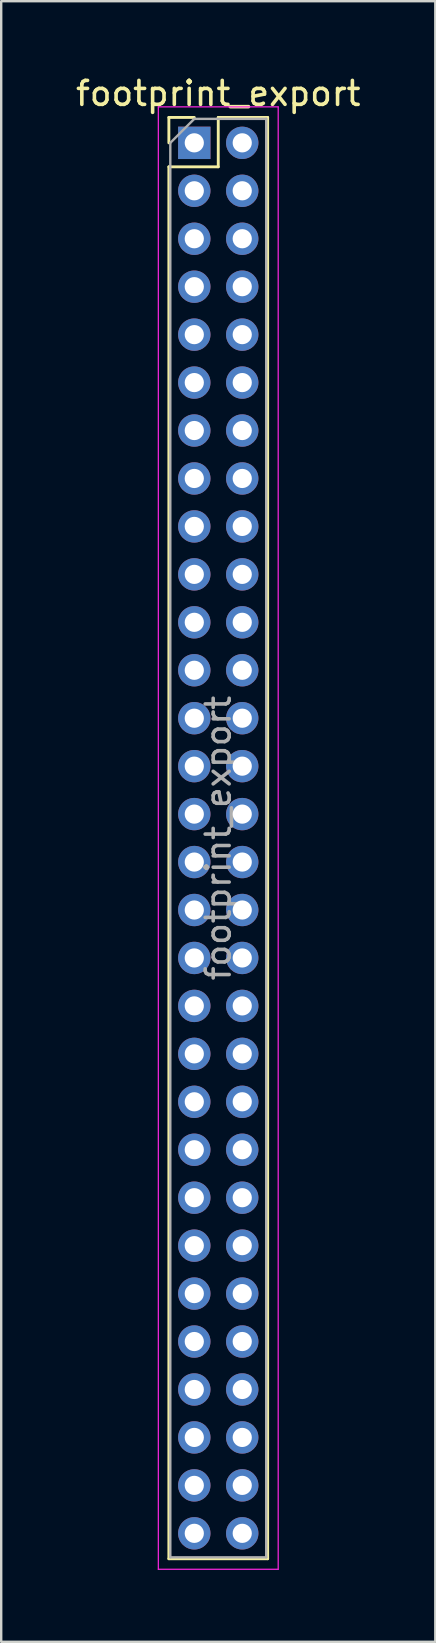
<source format=kicad_pcb>
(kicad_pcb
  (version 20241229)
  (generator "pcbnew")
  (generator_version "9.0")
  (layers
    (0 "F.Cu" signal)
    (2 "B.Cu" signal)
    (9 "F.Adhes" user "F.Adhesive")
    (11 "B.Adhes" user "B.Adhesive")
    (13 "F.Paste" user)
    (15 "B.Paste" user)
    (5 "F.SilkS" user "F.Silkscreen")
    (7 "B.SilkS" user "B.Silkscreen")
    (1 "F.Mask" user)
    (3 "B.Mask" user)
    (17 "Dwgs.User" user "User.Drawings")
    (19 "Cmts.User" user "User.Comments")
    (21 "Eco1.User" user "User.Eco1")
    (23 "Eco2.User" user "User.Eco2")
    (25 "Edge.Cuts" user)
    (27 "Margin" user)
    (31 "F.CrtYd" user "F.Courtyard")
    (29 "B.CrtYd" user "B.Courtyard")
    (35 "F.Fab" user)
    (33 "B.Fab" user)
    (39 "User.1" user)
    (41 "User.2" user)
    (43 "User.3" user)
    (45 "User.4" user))
  (footprint "footprint_export"
    (layer "F.Cu")
    (at 5.054 2.908)
    (property "Reference" "footprint_export" (at 1 -2.06 0) (layer "F.SilkS") (effects (font (size 1 1) (thickness 0.15))))
    (attr through_hole)
    (fp_line (start -1.06 -1.06) (end 0 -1.06) (stroke (width 0.12) (type solid)) (layer "F.SilkS"))
    (fp_line (start -1.06 0) (end -1.06 -1.06) (stroke (width 0.12) (type solid)) (layer "F.SilkS"))
    (fp_line (start -1.06 1) (end -1.06 59.06) (stroke (width 0.12) (type solid)) (layer "F.SilkS"))
    (fp_line (start -1.06 1) (end 1 1) (stroke (width 0.12) (type solid)) (layer "F.SilkS"))
    (fp_line (start -1.06 59.06) (end 3.06 59.06) (stroke (width 0.12) (type solid)) (layer "F.SilkS"))
    (fp_line (start 1 -1.06) (end 3.06 -1.06) (stroke (width 0.12) (type solid)) (layer "F.SilkS"))
    (fp_line (start 1 1) (end 1 -1.06) (stroke (width 0.12) (type solid)) (layer "F.SilkS"))
    (fp_line (start 3.06 -1.06) (end 3.06 59.06) (stroke (width 0.12) (type solid)) (layer "F.SilkS"))
    (fp_line (start -1.5 -1.5) (end -1.5 59.5) (stroke (width 0.05) (type solid)) (layer "F.CrtYd"))
    (fp_line (start -1.5 59.5) (end 3.5 59.5) (stroke (width 0.05) (type solid)) (layer "F.CrtYd"))
    (fp_line (start 3.5 -1.5) (end -1.5 -1.5) (stroke (width 0.05) (type solid)) (layer "F.CrtYd"))
    (fp_line (start 3.5 59.5) (end 3.5 -1.5) (stroke (width 0.05) (type solid)) (layer "F.CrtYd"))
    (fp_line (start -1 0) (end 0 -1) (stroke (width 0.1) (type solid)) (layer "F.Fab"))
    (fp_line (start -1 59) (end -1 0) (stroke (width 0.1) (type solid)) (layer "F.Fab"))
    (fp_line (start 0 -1) (end 3 -1) (stroke (width 0.1) (type solid)) (layer "F.Fab"))
    (fp_line (start 3 -1) (end 3 59) (stroke (width 0.1) (type solid)) (layer "F.Fab"))
    (fp_line (start 3 59) (end -1 59) (stroke (width 0.1) (type solid)) (layer "F.Fab"))
    (fp_text user "${REFERENCE}" (at 1 29 90) (layer "F.Fab") (effects (font (size 1 1) (thickness 0.15))))
    (pad "1" thru_hole rect (at 0 0) (size 1.35 1.35) (drill 0.8) (layers "*.Cu" "*.Mask"))
    (pad "2" thru_hole oval (at 2 0) (size 1.35 1.35) (drill 0.8) (layers "*.Cu" "*.Mask"))
    (pad "3" thru_hole oval (at 0 2) (size 1.35 1.35) (drill 0.8) (layers "*.Cu" "*.Mask"))
    (pad "4" thru_hole oval (at 2 2) (size 1.35 1.35) (drill 0.8) (layers "*.Cu" "*.Mask"))
    (pad "5" thru_hole oval (at 0 4) (size 1.35 1.35) (drill 0.8) (layers "*.Cu" "*.Mask"))
    (pad "6" thru_hole oval (at 2 4) (size 1.35 1.35) (drill 0.8) (layers "*.Cu" "*.Mask"))
    (pad "7" thru_hole oval (at 0 6) (size 1.35 1.35) (drill 0.8) (layers "*.Cu" "*.Mask"))
    (pad "8" thru_hole oval (at 2 6) (size 1.35 1.35) (drill 0.8) (layers "*.Cu" "*.Mask"))
    (pad "9" thru_hole oval (at 0 8) (size 1.35 1.35) (drill 0.8) (layers "*.Cu" "*.Mask"))
    (pad "10" thru_hole oval (at 2 8) (size 1.35 1.35) (drill 0.8) (layers "*.Cu" "*.Mask"))
    (pad "11" thru_hole oval (at 0 10) (size 1.35 1.35) (drill 0.8) (layers "*.Cu" "*.Mask"))
    (pad "12" thru_hole oval (at 2 10) (size 1.35 1.35) (drill 0.8) (layers "*.Cu" "*.Mask"))
    (pad "13" thru_hole oval (at 0 12) (size 1.35 1.35) (drill 0.8) (layers "*.Cu" "*.Mask"))
    (pad "14" thru_hole oval (at 2 12) (size 1.35 1.35) (drill 0.8) (layers "*.Cu" "*.Mask"))
    (pad "15" thru_hole oval (at 0 14) (size 1.35 1.35) (drill 0.8) (layers "*.Cu" "*.Mask"))
    (pad "16" thru_hole oval (at 2 14) (size 1.35 1.35) (drill 0.8) (layers "*.Cu" "*.Mask"))
    (pad "17" thru_hole oval (at 0 16) (size 1.35 1.35) (drill 0.8) (layers "*.Cu" "*.Mask"))
    (pad "18" thru_hole oval (at 2 16) (size 1.35 1.35) (drill 0.8) (layers "*.Cu" "*.Mask"))
    (pad "19" thru_hole oval (at 0 18) (size 1.35 1.35) (drill 0.8) (layers "*.Cu" "*.Mask"))
    (pad "20" thru_hole oval (at 2 18) (size 1.35 1.35) (drill 0.8) (layers "*.Cu" "*.Mask"))
    (pad "21" thru_hole oval (at 0 20) (size 1.35 1.35) (drill 0.8) (layers "*.Cu" "*.Mask"))
    (pad "22" thru_hole oval (at 2 20) (size 1.35 1.35) (drill 0.8) (layers "*.Cu" "*.Mask"))
    (pad "23" thru_hole oval (at 0 22) (size 1.35 1.35) (drill 0.8) (layers "*.Cu" "*.Mask"))
    (pad "24" thru_hole oval (at 2 22) (size 1.35 1.35) (drill 0.8) (layers "*.Cu" "*.Mask"))
    (pad "25" thru_hole oval (at 0 24) (size 1.35 1.35) (drill 0.8) (layers "*.Cu" "*.Mask"))
    (pad "26" thru_hole oval (at 2 24) (size 1.35 1.35) (drill 0.8) (layers "*.Cu" "*.Mask"))
    (pad "27" thru_hole oval (at 0 26) (size 1.35 1.35) (drill 0.8) (layers "*.Cu" "*.Mask"))
    (pad "28" thru_hole oval (at 2 26) (size 1.35 1.35) (drill 0.8) (layers "*.Cu" "*.Mask"))
    (pad "29" thru_hole oval (at 0 28) (size 1.35 1.35) (drill 0.8) (layers "*.Cu" "*.Mask"))
    (pad "30" thru_hole oval (at 2 28) (size 1.35 1.35) (drill 0.8) (layers "*.Cu" "*.Mask"))
    (pad "31" thru_hole oval (at 0 30) (size 1.35 1.35) (drill 0.8) (layers "*.Cu" "*.Mask"))
    (pad "32" thru_hole oval (at 2 30) (size 1.35 1.35) (drill 0.8) (layers "*.Cu" "*.Mask"))
    (pad "33" thru_hole oval (at 0 32) (size 1.35 1.35) (drill 0.8) (layers "*.Cu" "*.Mask"))
    (pad "34" thru_hole oval (at 2 32) (size 1.35 1.35) (drill 0.8) (layers "*.Cu" "*.Mask"))
    (pad "35" thru_hole oval (at 0 34) (size 1.35 1.35) (drill 0.8) (layers "*.Cu" "*.Mask"))
    (pad "36" thru_hole oval (at 2 34) (size 1.35 1.35) (drill 0.8) (layers "*.Cu" "*.Mask"))
    (pad "37" thru_hole oval (at 0 36) (size 1.35 1.35) (drill 0.8) (layers "*.Cu" "*.Mask"))
    (pad "38" thru_hole oval (at 2 36) (size 1.35 1.35) (drill 0.8) (layers "*.Cu" "*.Mask"))
    (pad "39" thru_hole oval (at 0 38) (size 1.35 1.35) (drill 0.8) (layers "*.Cu" "*.Mask"))
    (pad "40" thru_hole oval (at 2 38) (size 1.35 1.35) (drill 0.8) (layers "*.Cu" "*.Mask"))
    (pad "41" thru_hole oval (at 0 40) (size 1.35 1.35) (drill 0.8) (layers "*.Cu" "*.Mask"))
    (pad "42" thru_hole oval (at 2 40) (size 1.35 1.35) (drill 0.8) (layers "*.Cu" "*.Mask"))
    (pad "43" thru_hole oval (at 0 42) (size 1.35 1.35) (drill 0.8) (layers "*.Cu" "*.Mask"))
    (pad "44" thru_hole oval (at 2 42) (size 1.35 1.35) (drill 0.8) (layers "*.Cu" "*.Mask"))
    (pad "45" thru_hole oval (at 0 44) (size 1.35 1.35) (drill 0.8) (layers "*.Cu" "*.Mask"))
    (pad "46" thru_hole oval (at 2 44) (size 1.35 1.35) (drill 0.8) (layers "*.Cu" "*.Mask"))
    (pad "47" thru_hole oval (at 0 46) (size 1.35 1.35) (drill 0.8) (layers "*.Cu" "*.Mask"))
    (pad "48" thru_hole oval (at 2 46) (size 1.35 1.35) (drill 0.8) (layers "*.Cu" "*.Mask"))
    (pad "49" thru_hole oval (at 0 48) (size 1.35 1.35) (drill 0.8) (layers "*.Cu" "*.Mask"))
    (pad "50" thru_hole oval (at 2 48) (size 1.35 1.35) (drill 0.8) (layers "*.Cu" "*.Mask"))
    (pad "51" thru_hole oval (at 0 50) (size 1.35 1.35) (drill 0.8) (layers "*.Cu" "*.Mask"))
    (pad "52" thru_hole oval (at 2 50) (size 1.35 1.35) (drill 0.8) (layers "*.Cu" "*.Mask"))
    (pad "53" thru_hole oval (at 0 52) (size 1.35 1.35) (drill 0.8) (layers "*.Cu" "*.Mask"))
    (pad "54" thru_hole oval (at 2 52) (size 1.35 1.35) (drill 0.8) (layers "*.Cu" "*.Mask"))
    (pad "55" thru_hole oval (at 0 54) (size 1.35 1.35) (drill 0.8) (layers "*.Cu" "*.Mask"))
    (pad "56" thru_hole oval (at 2 54) (size 1.35 1.35) (drill 0.8) (layers "*.Cu" "*.Mask"))
    (pad "57" thru_hole oval (at 0 56) (size 1.35 1.35) (drill 0.8) (layers "*.Cu" "*.Mask"))
    (pad "58" thru_hole oval (at 2 56) (size 1.35 1.35) (drill 0.8) (layers "*.Cu" "*.Mask"))
    (pad "59" thru_hole oval (at 0 58) (size 1.35 1.35) (drill 0.8) (layers "*.Cu" "*.Mask"))
    (pad "60" thru_hole oval (at 2 58) (size 1.35 1.35) (drill 0.8) (layers "*.Cu" "*.Mask")))
  (gr_rect
    (start -3 -3)
    (end 15.107 65.433)
    (stroke (width 0.1) (type default))
    (fill no)
    (layer "Edge.Cuts")))
</source>
